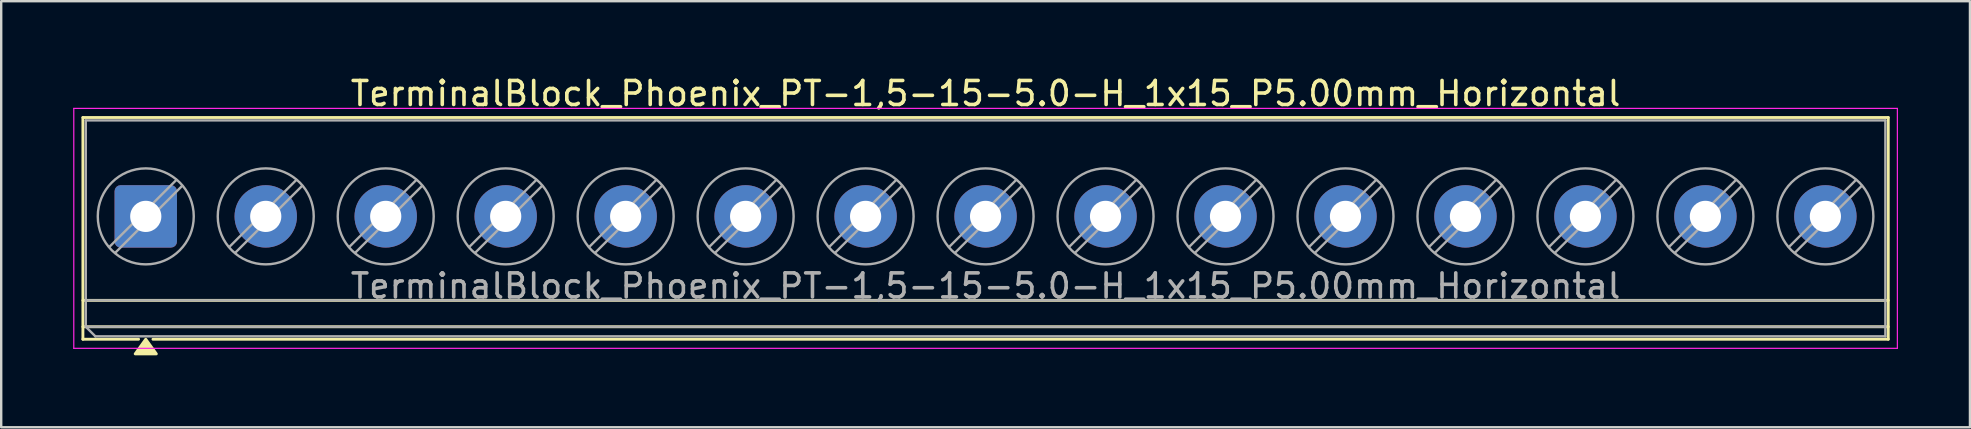
<source format=kicad_pcb>
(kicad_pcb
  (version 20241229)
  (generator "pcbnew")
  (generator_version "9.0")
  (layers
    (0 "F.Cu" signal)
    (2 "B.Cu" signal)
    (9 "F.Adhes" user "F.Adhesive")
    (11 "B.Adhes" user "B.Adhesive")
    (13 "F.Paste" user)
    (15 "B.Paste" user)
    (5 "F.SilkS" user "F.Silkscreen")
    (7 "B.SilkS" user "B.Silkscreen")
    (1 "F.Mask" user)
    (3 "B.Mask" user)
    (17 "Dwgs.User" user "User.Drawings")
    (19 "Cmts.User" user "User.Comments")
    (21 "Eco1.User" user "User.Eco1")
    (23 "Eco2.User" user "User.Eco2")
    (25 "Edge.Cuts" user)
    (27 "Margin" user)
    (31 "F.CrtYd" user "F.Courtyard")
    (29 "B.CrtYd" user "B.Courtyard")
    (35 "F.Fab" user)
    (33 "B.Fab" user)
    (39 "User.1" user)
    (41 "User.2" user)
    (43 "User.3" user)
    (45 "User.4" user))
  (footprint "TerminalBlock_Phoenix_PT-1,5-15-5.0-H_1x15_P5.00mm_Horizontal"
    (layer "F.Cu")
    (at 3.025 5.968)
    (property "Reference" "TerminalBlock_Phoenix_PT-1,5-15-5.0-H_1x15_P5.00mm_Horizontal" (at 35 -5.12 0) (layer "F.SilkS") (effects (font (size 1 1) (thickness 0.15))))
    (attr through_hole)
    (fp_line (start -2.62 -4.12) (end -2.62 5.12) (stroke (width 0.12) (type solid)) (layer "F.SilkS"))
    (fp_line (start -2.62 -4.12) (end 72.62 -4.12) (stroke (width 0.12) (type solid)) (layer "F.SilkS"))
    (fp_line (start -2.62 3.5) (end 72.62 3.5) (stroke (width 0.12) (type solid)) (layer "F.SilkS"))
    (fp_line (start -2.62 4.6) (end 72.62 4.6) (stroke (width 0.12) (type solid)) (layer "F.SilkS"))
    (fp_line (start -2.62 5.12) (end -0.3 5.12) (stroke (width 0.12) (type solid)) (layer "F.SilkS"))
    (fp_line (start 0.3 5.12) (end 72.62 5.12) (stroke (width 0.12) (type solid)) (layer "F.SilkS"))
    (fp_line (start 72.62 -4.12) (end 72.62 5.12) (stroke (width 0.12) (type solid)) (layer "F.SilkS"))
    (fp_poly (pts (xy 0 5.12) (xy 0.44 5.73) (xy -0.44 5.73)) (stroke (width 0.12) (type solid)) (fill yes) (layer "F.SilkS"))
    (fp_line (start -3 -4.5) (end -3 5.5) (stroke (width 0.05) (type solid)) (layer "F.CrtYd"))
    (fp_line (start -3 5.5) (end 73 5.5) (stroke (width 0.05) (type solid)) (layer "F.CrtYd"))
    (fp_line (start 73 -4.5) (end -3 -4.5) (stroke (width 0.05) (type solid)) (layer "F.CrtYd"))
    (fp_line (start 73 5.5) (end 73 -4.5) (stroke (width 0.05) (type solid)) (layer "F.CrtYd"))
    (fp_line (start -2.5 -4) (end 72.5 -4) (stroke (width 0.1) (type solid)) (layer "F.Fab"))
    (fp_line (start -2.5 3.5) (end 72.5 3.5) (stroke (width 0.1) (type solid)) (layer "F.Fab"))
    (fp_line (start -2.5 4.6) (end -2.5 -4) (stroke (width 0.1) (type solid)) (layer "F.Fab"))
    (fp_line (start -2.5 4.6) (end 72.5 4.6) (stroke (width 0.1) (type solid)) (layer "F.Fab"))
    (fp_line (start -2.1 5) (end -2.5 4.6) (stroke (width 0.1) (type solid)) (layer "F.Fab"))
    (fp_line (start 1.273 -1.517) (end -1.517 1.272) (stroke (width 0.1) (type solid)) (layer "F.Fab"))
    (fp_line (start 1.517 -1.273) (end -1.273 1.517) (stroke (width 0.1) (type solid)) (layer "F.Fab"))
    (fp_line (start 6.273 -1.517) (end 3.483 1.272) (stroke (width 0.1) (type solid)) (layer "F.Fab"))
    (fp_line (start 6.517 -1.273) (end 3.727 1.517) (stroke (width 0.1) (type solid)) (layer "F.Fab"))
    (fp_line (start 11.273 -1.517) (end 8.483 1.272) (stroke (width 0.1) (type solid)) (layer "F.Fab"))
    (fp_line (start 11.517 -1.273) (end 8.727 1.517) (stroke (width 0.1) (type solid)) (layer "F.Fab"))
    (fp_line (start 16.273 -1.517) (end 13.483 1.272) (stroke (width 0.1) (type solid)) (layer "F.Fab"))
    (fp_line (start 16.517 -1.273) (end 13.727 1.517) (stroke (width 0.1) (type solid)) (layer "F.Fab"))
    (fp_line (start 21.273 -1.517) (end 18.483 1.272) (stroke (width 0.1) (type solid)) (layer "F.Fab"))
    (fp_line (start 21.517 -1.273) (end 18.727 1.517) (stroke (width 0.1) (type solid)) (layer "F.Fab"))
    (fp_line (start 26.273 -1.517) (end 23.483 1.272) (stroke (width 0.1) (type solid)) (layer "F.Fab"))
    (fp_line (start 26.517 -1.273) (end 23.727 1.517) (stroke (width 0.1) (type solid)) (layer "F.Fab"))
    (fp_line (start 31.273 -1.517) (end 28.483 1.272) (stroke (width 0.1) (type solid)) (layer "F.Fab"))
    (fp_line (start 31.517 -1.273) (end 28.727 1.517) (stroke (width 0.1) (type solid)) (layer "F.Fab"))
    (fp_line (start 36.273 -1.517) (end 33.483 1.272) (stroke (width 0.1) (type solid)) (layer "F.Fab"))
    (fp_line (start 36.517 -1.273) (end 33.727 1.517) (stroke (width 0.1) (type solid)) (layer "F.Fab"))
    (fp_line (start 41.273 -1.517) (end 38.483 1.272) (stroke (width 0.1) (type solid)) (layer "F.Fab"))
    (fp_line (start 41.517 -1.273) (end 38.727 1.517) (stroke (width 0.1) (type solid)) (layer "F.Fab"))
    (fp_line (start 46.273 -1.517) (end 43.483 1.272) (stroke (width 0.1) (type solid)) (layer "F.Fab"))
    (fp_line (start 46.517 -1.273) (end 43.727 1.517) (stroke (width 0.1) (type solid)) (layer "F.Fab"))
    (fp_line (start 51.273 -1.517) (end 48.483 1.272) (stroke (width 0.1) (type solid)) (layer "F.Fab"))
    (fp_line (start 51.517 -1.273) (end 48.727 1.517) (stroke (width 0.1) (type solid)) (layer "F.Fab"))
    (fp_line (start 56.273 -1.517) (end 53.483 1.272) (stroke (width 0.1) (type solid)) (layer "F.Fab"))
    (fp_line (start 56.517 -1.273) (end 53.727 1.517) (stroke (width 0.1) (type solid)) (layer "F.Fab"))
    (fp_line (start 61.273 -1.517) (end 58.483 1.272) (stroke (width 0.1) (type solid)) (layer "F.Fab"))
    (fp_line (start 61.517 -1.273) (end 58.727 1.517) (stroke (width 0.1) (type solid)) (layer "F.Fab"))
    (fp_line (start 66.273 -1.517) (end 63.483 1.272) (stroke (width 0.1) (type solid)) (layer "F.Fab"))
    (fp_line (start 66.517 -1.273) (end 63.727 1.517) (stroke (width 0.1) (type solid)) (layer "F.Fab"))
    (fp_line (start 71.273 -1.517) (end 68.483 1.272) (stroke (width 0.1) (type solid)) (layer "F.Fab"))
    (fp_line (start 71.517 -1.273) (end 68.727 1.517) (stroke (width 0.1) (type solid)) (layer "F.Fab"))
    (fp_line (start 72.5 -4) (end 72.5 5) (stroke (width 0.1) (type solid)) (layer "F.Fab"))
    (fp_line (start 72.5 5) (end -2.1 5) (stroke (width 0.1) (type solid)) (layer "F.Fab"))
    (fp_circle (center 0 0) (end 2 0) (stroke (width 0.1) (type solid)) (fill no) (layer "F.Fab"))
    (fp_circle (center 5 0) (end 7 0) (stroke (width 0.1) (type solid)) (fill no) (layer "F.Fab"))
    (fp_circle (center 10 0) (end 12 0) (stroke (width 0.1) (type solid)) (fill no) (layer "F.Fab"))
    (fp_circle (center 15 0) (end 17 0) (stroke (width 0.1) (type solid)) (fill no) (layer "F.Fab"))
    (fp_circle (center 20 0) (end 22 0) (stroke (width 0.1) (type solid)) (fill no) (layer "F.Fab"))
    (fp_circle (center 25 0) (end 27 0) (stroke (width 0.1) (type solid)) (fill no) (layer "F.Fab"))
    (fp_circle (center 30 0) (end 32 0) (stroke (width 0.1) (type solid)) (fill no) (layer "F.Fab"))
    (fp_circle (center 35 0) (end 37 0) (stroke (width 0.1) (type solid)) (fill no) (layer "F.Fab"))
    (fp_circle (center 40 0) (end 42 0) (stroke (width 0.1) (type solid)) (fill no) (layer "F.Fab"))
    (fp_circle (center 45 0) (end 47 0) (stroke (width 0.1) (type solid)) (fill no) (layer "F.Fab"))
    (fp_circle (center 50 0) (end 52 0) (stroke (width 0.1) (type solid)) (fill no) (layer "F.Fab"))
    (fp_circle (center 55 0) (end 57 0) (stroke (width 0.1) (type solid)) (fill no) (layer "F.Fab"))
    (fp_circle (center 60 0) (end 62 0) (stroke (width 0.1) (type solid)) (fill no) (layer "F.Fab"))
    (fp_circle (center 65 0) (end 67 0) (stroke (width 0.1) (type solid)) (fill no) (layer "F.Fab"))
    (fp_circle (center 70 0) (end 72 0) (stroke (width 0.1) (type solid)) (fill no) (layer "F.Fab"))
    (fp_text user "${REFERENCE}" (at 35 2.9 0) (layer "F.Fab") (effects (font (size 1 1) (thickness 0.15))))
    (pad "1" thru_hole roundrect (at 0 0) (size 2.6 2.6) (drill 1.3) (layers "*.Cu" "*.Mask") (roundrect_rratio 0.096))
    (pad "2" thru_hole circle (at 5 0) (size 2.6 2.6) (drill 1.3) (layers "*.Cu" "*.Mask"))
    (pad "3" thru_hole circle (at 10 0) (size 2.6 2.6) (drill 1.3) (layers "*.Cu" "*.Mask"))
    (pad "4" thru_hole circle (at 15 0) (size 2.6 2.6) (drill 1.3) (layers "*.Cu" "*.Mask"))
    (pad "5" thru_hole circle (at 20 0) (size 2.6 2.6) (drill 1.3) (layers "*.Cu" "*.Mask"))
    (pad "6" thru_hole circle (at 25 0) (size 2.6 2.6) (drill 1.3) (layers "*.Cu" "*.Mask"))
    (pad "7" thru_hole circle (at 30 0) (size 2.6 2.6) (drill 1.3) (layers "*.Cu" "*.Mask"))
    (pad "8" thru_hole circle (at 35 0) (size 2.6 2.6) (drill 1.3) (layers "*.Cu" "*.Mask"))
    (pad "9" thru_hole circle (at 40 0) (size 2.6 2.6) (drill 1.3) (layers "*.Cu" "*.Mask"))
    (pad "10" thru_hole circle (at 45 0) (size 2.6 2.6) (drill 1.3) (layers "*.Cu" "*.Mask"))
    (pad "11" thru_hole circle (at 50 0) (size 2.6 2.6) (drill 1.3) (layers "*.Cu" "*.Mask"))
    (pad "12" thru_hole circle (at 55 0) (size 2.6 2.6) (drill 1.3) (layers "*.Cu" "*.Mask"))
    (pad "13" thru_hole circle (at 60 0) (size 2.6 2.6) (drill 1.3) (layers "*.Cu" "*.Mask"))
    (pad "14" thru_hole circle (at 65 0) (size 2.6 2.6) (drill 1.3) (layers "*.Cu" "*.Mask"))
    (pad "15" thru_hole circle (at 70 0) (size 2.6 2.6) (drill 1.3) (layers "*.Cu" "*.Mask")))
  (gr_rect
    (start -3 -3)
    (end 79.05 14.758)
    (stroke (width 0.1) (type default))
    (fill no)
    (layer "Edge.Cuts")))
</source>
